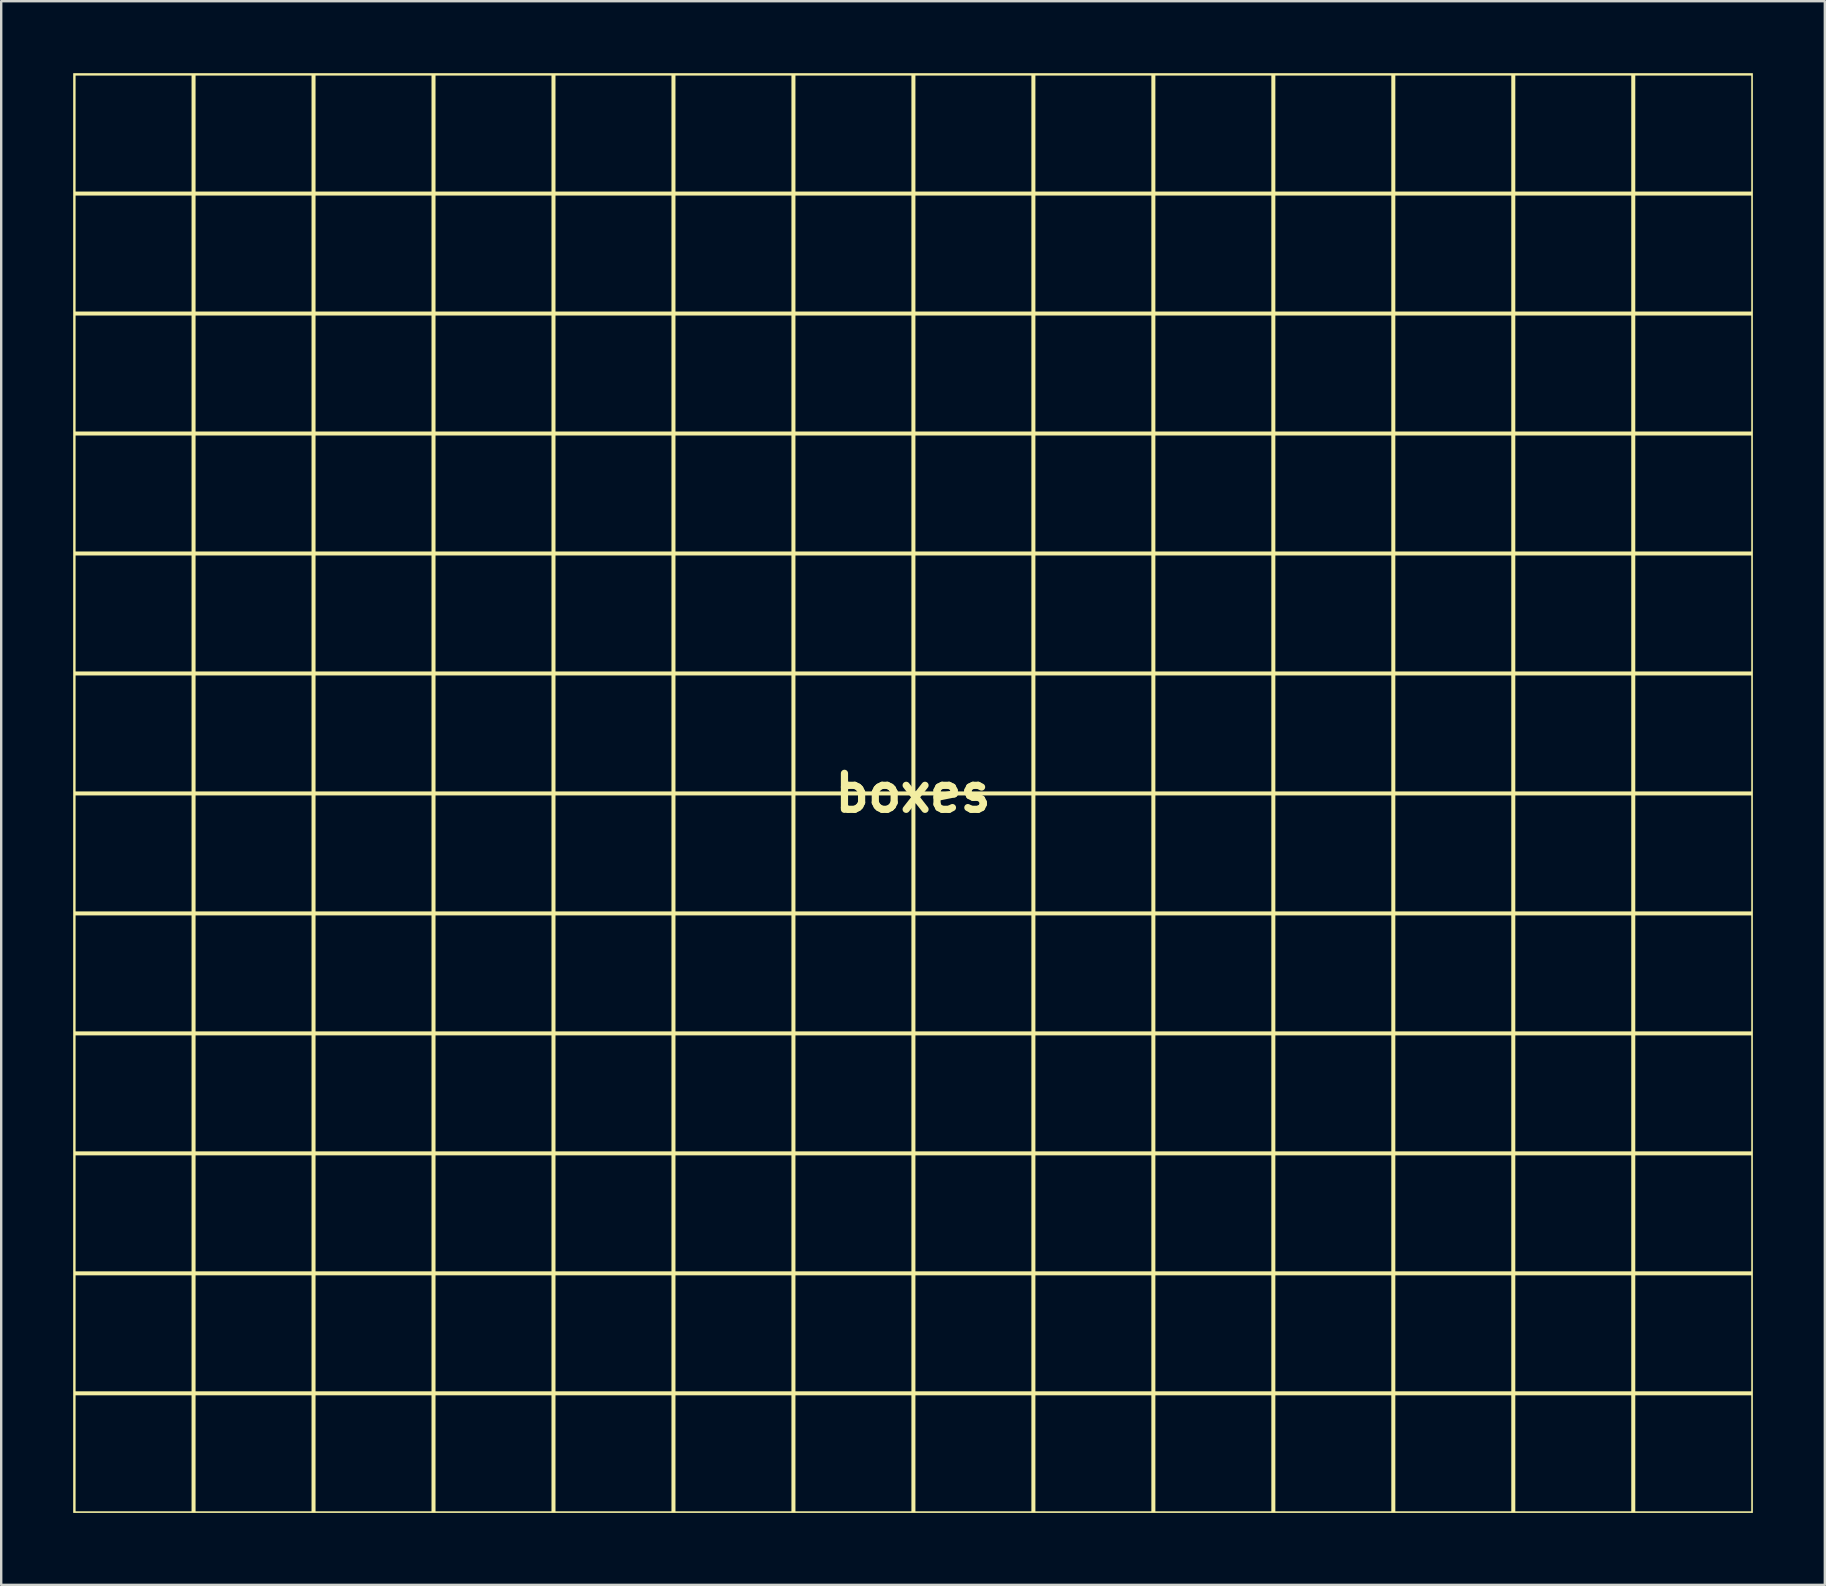
<source format=kicad_pcb>
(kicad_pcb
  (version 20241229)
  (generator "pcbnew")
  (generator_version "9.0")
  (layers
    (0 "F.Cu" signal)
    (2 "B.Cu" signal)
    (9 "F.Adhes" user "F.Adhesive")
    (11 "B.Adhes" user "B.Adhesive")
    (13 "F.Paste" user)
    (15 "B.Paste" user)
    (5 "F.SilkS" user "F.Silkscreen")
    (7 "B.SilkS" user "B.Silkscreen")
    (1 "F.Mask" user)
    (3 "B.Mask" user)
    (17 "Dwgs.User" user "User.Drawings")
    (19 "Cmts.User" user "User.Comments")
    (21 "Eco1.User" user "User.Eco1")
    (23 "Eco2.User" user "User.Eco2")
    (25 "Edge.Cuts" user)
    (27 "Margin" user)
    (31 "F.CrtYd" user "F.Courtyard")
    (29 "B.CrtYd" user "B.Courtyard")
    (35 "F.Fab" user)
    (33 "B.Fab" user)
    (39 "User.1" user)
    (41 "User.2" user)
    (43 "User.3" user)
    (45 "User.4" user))
  (footprint "boxes"
    (layer "F.Cu")
    (at 35 30)
    (property "Reference" "boxes" (at 0 0 0) (layer "F.SilkS") (effects (font (size 1.5 1.5) (thickness 0.3))))
    (attr board_only exclude_from_pos_files exclude_from_bom)
    (fp_poly (pts (xy 35 0) (xy 35 30) (xy 0 30) (xy -35 30) (xy -35 27.517) (xy -34.9 27.517) (xy -34.9 29.933) (xy -32.483 29.933) (xy -30.067 29.933) (xy -30.067 27.517) (xy -29.9 27.517) (xy -29.9 29.933) (xy -27.483 29.933) (xy -25.067 29.933) (xy -25.067 27.517) (xy -24.9 27.517) (xy -24.9 29.933) (xy -22.483 29.933) (xy -20.067 29.933) (xy -20.067 27.517) (xy -19.9 27.517) (xy -19.9 29.933) (xy -17.483 29.933) (xy -15.067 29.933) (xy -15.067 27.517) (xy -14.9 27.517) (xy -14.9 29.933) (xy -12.483 29.933) (xy -10.067 29.933) (xy -10.067 27.517) (xy -9.9 27.517) (xy -9.9 29.933) (xy -7.483 29.933) (xy -5.067 29.933) (xy -5.067 27.517) (xy -4.9 27.517) (xy -4.9 29.933) (xy -2.483 29.933) (xy -0.067 29.933) (xy -0.067 27.517) (xy 0.1 27.517) (xy 0.1 29.933) (xy 2.517 29.933) (xy 4.933 29.933) (xy 4.933 27.517) (xy 5.1 27.517) (xy 5.1 29.933) (xy 7.517 29.933) (xy 9.933 29.933) (xy 9.933 27.517) (xy 10.1 27.517) (xy 10.1 29.933) (xy 12.517 29.933) (xy 14.933 29.933) (xy 14.933 27.517) (xy 15.1 27.517) (xy 15.1 29.933) (xy 17.517 29.933) (xy 19.933 29.933) (xy 19.933 27.517) (xy 20.1 27.517) (xy 20.1 29.933) (xy 22.517 29.933) (xy 24.933 29.933) (xy 24.933 27.517) (xy 25.1 27.517) (xy 25.1 29.933) (xy 27.517 29.933) (xy 29.933 29.933) (xy 29.933 27.517) (xy 30.1 27.517) (xy 30.1 29.933) (xy 32.517 29.933) (xy 34.933 29.933) (xy 34.933 27.517) (xy 34.933 25.1) (xy 32.517 25.1) (xy 30.1 25.1) (xy 30.1 27.517) (xy 29.933 27.517) (xy 29.933 25.1) (xy 27.517 25.1) (xy 25.1 25.1) (xy 25.1 27.517) (xy 24.933 27.517) (xy 24.933 25.1) (xy 22.517 25.1) (xy 20.1 25.1) (xy 20.1 27.517) (xy 19.933 27.517) (xy 19.933 25.1) (xy 17.517 25.1) (xy 15.1 25.1) (xy 15.1 27.517) (xy 14.933 27.517) (xy 14.933 25.1) (xy 12.517 25.1) (xy 10.1 25.1) (xy 10.1 27.517) (xy 9.933 27.517) (xy 9.933 25.1) (xy 7.517 25.1) (xy 5.1 25.1) (xy 5.1 27.517) (xy 4.933 27.517) (xy 4.933 25.1) (xy 2.517 25.1) (xy 0.1 25.1) (xy 0.1 27.517) (xy -0.067 27.517) (xy -0.067 25.1) (xy -2.483 25.1) (xy -4.9 25.1) (xy -4.9 27.517) (xy -5.067 27.517) (xy -5.067 25.1) (xy -7.483 25.1) (xy -9.9 25.1) (xy -9.9 27.517) (xy -10.067 27.517) (xy -10.067 25.1) (xy -12.483 25.1) (xy -14.9 25.1) (xy -14.9 27.517) (xy -15.067 27.517) (xy -15.067 25.1) (xy -17.483 25.1) (xy -19.9 25.1) (xy -19.9 27.517) (xy -20.067 27.517) (xy -20.067 25.1) (xy -22.483 25.1) (xy -24.9 25.1) (xy -24.9 27.517) (xy -25.067 27.517) (xy -25.067 25.1) (xy -27.483 25.1) (xy -29.9 25.1) (xy -29.9 27.517) (xy -30.067 27.517) (xy -30.067 25.1) (xy -32.483 25.1) (xy -34.9 25.1) (xy -34.9 27.517) (xy -35 27.517) (xy -35 22.517) (xy -34.9 22.517) (xy -34.9 24.933) (xy -32.483 24.933) (xy -30.067 24.933) (xy -30.067 22.517) (xy -29.9 22.517) (xy -29.9 24.933) (xy -27.483 24.933) (xy -25.067 24.933) (xy -25.067 22.517) (xy -24.9 22.517) (xy -24.9 24.933) (xy -22.483 24.933) (xy -20.067 24.933) (xy -20.067 22.517) (xy -19.9 22.517) (xy -19.9 24.933) (xy -17.483 24.933) (xy -15.067 24.933) (xy -15.067 22.517) (xy -14.9 22.517) (xy -14.9 24.933) (xy -12.483 24.933) (xy -10.067 24.933) (xy -10.067 22.517) (xy -9.9 22.517) (xy -9.9 24.933) (xy -7.483 24.933) (xy -5.067 24.933) (xy -5.067 22.517) (xy -4.9 22.517) (xy -4.9 24.933) (xy -2.483 24.933) (xy -0.067 24.933) (xy -0.067 22.517) (xy 0.1 22.517) (xy 0.1 24.933) (xy 2.517 24.933) (xy 4.933 24.933) (xy 4.933 22.517) (xy 5.1 22.517) (xy 5.1 24.933) (xy 7.517 24.933) (xy 9.933 24.933) (xy 9.933 22.517) (xy 10.1 22.517) (xy 10.1 24.933) (xy 12.517 24.933) (xy 14.933 24.933) (xy 14.933 22.517) (xy 15.1 22.517) (xy 15.1 24.933) (xy 17.517 24.933) (xy 19.933 24.933) (xy 19.933 22.517) (xy 20.1 22.517) (xy 20.1 24.933) (xy 22.517 24.933) (xy 24.933 24.933) (xy 24.933 22.517) (xy 25.1 22.517) (xy 25.1 24.933) (xy 27.517 24.933) (xy 29.933 24.933) (xy 29.933 22.517) (xy 30.1 22.517) (xy 30.1 24.933) (xy 32.517 24.933) (xy 34.933 24.933) (xy 34.933 22.517) (xy 34.933 20.1) (xy 32.517 20.1) (xy 30.1 20.1) (xy 30.1 22.517) (xy 29.933 22.517) (xy 29.933 20.1) (xy 27.517 20.1) (xy 25.1 20.1) (xy 25.1 22.517) (xy 24.933 22.517) (xy 24.933 20.1) (xy 22.517 20.1) (xy 20.1 20.1) (xy 20.1 22.517) (xy 19.933 22.517) (xy 19.933 20.1) (xy 17.517 20.1) (xy 15.1 20.1) (xy 15.1 22.517) (xy 14.933 22.517) (xy 14.933 20.1) (xy 12.517 20.1) (xy 10.1 20.1) (xy 10.1 22.517) (xy 9.933 22.517) (xy 9.933 20.1) (xy 7.517 20.1) (xy 5.1 20.1) (xy 5.1 22.517) (xy 4.933 22.517) (xy 4.933 20.1) (xy 2.517 20.1) (xy 0.1 20.1) (xy 0.1 22.517) (xy -0.067 22.517) (xy -0.067 20.1) (xy -2.483 20.1) (xy -4.9 20.1) (xy -4.9 22.517) (xy -5.067 22.517) (xy -5.067 20.1) (xy -7.483 20.1) (xy -9.9 20.1) (xy -9.9 22.517) (xy -10.067 22.517) (xy -10.067 20.1) (xy -12.483 20.1) (xy -14.9 20.1) (xy -14.9 22.517) (xy -15.067 22.517) (xy -15.067 20.1) (xy -17.483 20.1) (xy -19.9 20.1) (xy -19.9 22.517) (xy -20.067 22.517) (xy -20.067 20.1) (xy -22.483 20.1) (xy -24.9 20.1) (xy -24.9 22.517) (xy -25.067 22.517) (xy -25.067 20.1) (xy -27.483 20.1) (xy -29.9 20.1) (xy -29.9 22.517) (xy -30.067 22.517) (xy -30.067 20.1) (xy -32.483 20.1) (xy -34.9 20.1) (xy -34.9 22.517) (xy -35 22.517) (xy -35 17.517) (xy -34.9 17.517) (xy -34.9 19.933) (xy -32.483 19.933) (xy -30.067 19.933) (xy -30.067 17.517) (xy -29.9 17.517) (xy -29.9 19.933) (xy -27.483 19.933) (xy -25.067 19.933) (xy -25.067 17.517) (xy -24.9 17.517) (xy -24.9 19.933) (xy -22.483 19.933) (xy -20.067 19.933) (xy -20.067 17.517) (xy -19.9 17.517) (xy -19.9 19.933) (xy -17.483 19.933) (xy -15.067 19.933) (xy -15.067 17.517) (xy -14.9 17.517) (xy -14.9 19.933) (xy -12.483 19.933) (xy -10.067 19.933) (xy -10.067 17.517) (xy -9.9 17.517) (xy -9.9 19.933) (xy -7.483 19.933) (xy -5.067 19.933) (xy -5.067 17.517) (xy -4.9 17.517) (xy -4.9 19.933) (xy -2.483 19.933) (xy -0.067 19.933) (xy -0.067 17.517) (xy 0.1 17.517) (xy 0.1 19.933) (xy 2.517 19.933) (xy 4.933 19.933) (xy 4.933 17.517) (xy 5.1 17.517) (xy 5.1 19.933) (xy 7.517 19.933) (xy 9.933 19.933) (xy 9.933 17.517) (xy 10.1 17.517) (xy 10.1 19.933) (xy 12.517 19.933) (xy 14.933 19.933) (xy 14.933 17.517) (xy 15.1 17.517) (xy 15.1 19.933) (xy 17.517 19.933) (xy 19.933 19.933) (xy 19.933 17.517) (xy 20.1 17.517) (xy 20.1 19.933) (xy 22.517 19.933) (xy 24.933 19.933) (xy 24.933 17.517) (xy 25.1 17.517) (xy 25.1 19.933) (xy 27.517 19.933) (xy 29.933 19.933) (xy 29.933 17.517) (xy 30.1 17.517) (xy 30.1 19.933) (xy 32.517 19.933) (xy 34.933 19.933) (xy 34.933 17.517) (xy 34.933 15.1) (xy 32.517 15.1) (xy 30.1 15.1) (xy 30.1 17.517) (xy 29.933 17.517) (xy 29.933 15.1) (xy 27.517 15.1) (xy 25.1 15.1) (xy 25.1 17.517) (xy 24.933 17.517) (xy 24.933 15.1) (xy 22.517 15.1) (xy 20.1 15.1) (xy 20.1 17.517) (xy 19.933 17.517) (xy 19.933 15.1) (xy 17.517 15.1) (xy 15.1 15.1) (xy 15.1 17.517) (xy 14.933 17.517) (xy 14.933 15.1) (xy 12.517 15.1) (xy 10.1 15.1) (xy 10.1 17.517) (xy 9.933 17.517) (xy 9.933 15.1) (xy 7.517 15.1) (xy 5.1 15.1) (xy 5.1 17.517) (xy 4.933 17.517) (xy 4.933 15.1) (xy 2.517 15.1) (xy 0.1 15.1) (xy 0.1 17.517) (xy -0.067 17.517) (xy -0.067 15.1) (xy -2.483 15.1) (xy -4.9 15.1) (xy -4.9 17.517) (xy -5.067 17.517) (xy -5.067 15.1) (xy -7.483 15.1) (xy -9.9 15.1) (xy -9.9 17.517) (xy -10.067 17.517) (xy -10.067 15.1) (xy -12.483 15.1) (xy -14.9 15.1) (xy -14.9 17.517) (xy -15.067 17.517) (xy -15.067 15.1) (xy -17.483 15.1) (xy -19.9 15.1) (xy -19.9 17.517) (xy -20.067 17.517) (xy -20.067 15.1) (xy -22.483 15.1) (xy -24.9 15.1) (xy -24.9 17.517) (xy -25.067 17.517) (xy -25.067 15.1) (xy -27.483 15.1) (xy -29.9 15.1) (xy -29.9 17.517) (xy -30.067 17.517) (xy -30.067 15.1) (xy -32.483 15.1) (xy -34.9 15.1) (xy -34.9 17.517) (xy -35 17.517) (xy -35 12.517) (xy -34.9 12.517) (xy -34.9 14.933) (xy -32.483 14.933) (xy -30.067 14.933) (xy -30.067 12.517) (xy -29.9 12.517) (xy -29.9 14.933) (xy -27.483 14.933) (xy -25.067 14.933) (xy -25.067 12.517) (xy -24.9 12.517) (xy -24.9 14.933) (xy -22.483 14.933) (xy -20.067 14.933) (xy -20.067 12.517) (xy -19.9 12.517) (xy -19.9 14.933) (xy -17.483 14.933) (xy -15.067 14.933) (xy -15.067 12.517) (xy -14.9 12.517) (xy -14.9 14.933) (xy -12.483 14.933) (xy -10.067 14.933) (xy -10.067 12.517) (xy -9.9 12.517) (xy -9.9 14.933) (xy -7.483 14.933) (xy -5.067 14.933) (xy -5.067 12.517) (xy -4.9 12.517) (xy -4.9 14.933) (xy -2.483 14.933) (xy -0.067 14.933) (xy -0.067 12.517) (xy 0.1 12.517) (xy 0.1 14.933) (xy 2.517 14.933) (xy 4.933 14.933) (xy 4.933 12.517) (xy 5.1 12.517) (xy 5.1 14.933) (xy 7.517 14.933) (xy 9.933 14.933) (xy 9.933 12.517) (xy 10.1 12.517) (xy 10.1 14.933) (xy 12.517 14.933) (xy 14.933 14.933) (xy 14.933 12.517) (xy 15.1 12.517) (xy 15.1 14.933) (xy 17.517 14.933) (xy 19.933 14.933) (xy 19.933 12.517) (xy 20.1 12.517) (xy 20.1 14.933) (xy 22.517 14.933) (xy 24.933 14.933) (xy 24.933 12.517) (xy 25.1 12.517) (xy 25.1 14.933) (xy 27.517 14.933) (xy 29.933 14.933) (xy 29.933 12.517) (xy 30.1 12.517) (xy 30.1 14.933) (xy 32.517 14.933) (xy 34.933 14.933) (xy 34.933 12.517) (xy 34.933 10.1) (xy 32.517 10.1) (xy 30.1 10.1) (xy 30.1 12.517) (xy 29.933 12.517) (xy 29.933 10.1) (xy 27.517 10.1) (xy 25.1 10.1) (xy 25.1 12.517) (xy 24.933 12.517) (xy 24.933 10.1) (xy 22.517 10.1) (xy 20.1 10.1) (xy 20.1 12.517) (xy 19.933 12.517) (xy 19.933 10.1) (xy 17.517 10.1) (xy 15.1 10.1) (xy 15.1 12.517) (xy 14.933 12.517) (xy 14.933 10.1) (xy 12.517 10.1) (xy 10.1 10.1) (xy 10.1 12.517) (xy 9.933 12.517) (xy 9.933 10.1) (xy 7.517 10.1) (xy 5.1 10.1) (xy 5.1 12.517) (xy 4.933 12.517) (xy 4.933 10.1) (xy 2.517 10.1) (xy 0.1 10.1) (xy 0.1 12.517) (xy -0.067 12.517) (xy -0.067 10.1) (xy -2.483 10.1) (xy -4.9 10.1) (xy -4.9 12.517) (xy -5.067 12.517) (xy -5.067 10.1) (xy -7.483 10.1) (xy -9.9 10.1) (xy -9.9 12.517) (xy -10.067 12.517) (xy -10.067 10.1) (xy -12.483 10.1) (xy -14.9 10.1) (xy -14.9 12.517) (xy -15.067 12.517) (xy -15.067 10.1) (xy -17.483 10.1) (xy -19.9 10.1) (xy -19.9 12.517) (xy -20.067 12.517) (xy -20.067 10.1) (xy -22.483 10.1) (xy -24.9 10.1) (xy -24.9 12.517) (xy -25.067 12.517) (xy -25.067 10.1) (xy -27.483 10.1) (xy -29.9 10.1) (xy -29.9 12.517) (xy -30.067 12.517) (xy -30.067 10.1) (xy -32.483 10.1) (xy -34.9 10.1) (xy -34.9 12.517) (xy -35 12.517) (xy -35 7.517) (xy -34.9 7.517) (xy -34.9 9.933) (xy -32.483 9.933) (xy -30.067 9.933) (xy -30.067 7.517) (xy -29.9 7.517) (xy -29.9 9.933) (xy -27.483 9.933) (xy -25.067 9.933) (xy -25.067 7.517) (xy -24.9 7.517) (xy -24.9 9.933) (xy -22.483 9.933) (xy -20.067 9.933) (xy -20.067 7.517) (xy -19.9 7.517) (xy -19.9 9.933) (xy -17.483 9.933) (xy -15.067 9.933) (xy -15.067 7.517) (xy -14.9 7.517) (xy -14.9 9.933) (xy -12.483 9.933) (xy -10.067 9.933) (xy -10.067 7.517) (xy -9.9 7.517) (xy -9.9 9.933) (xy -7.483 9.933) (xy -5.067 9.933) (xy -5.067 7.517) (xy -4.9 7.517) (xy -4.9 9.933) (xy -2.483 9.933) (xy -0.067 9.933) (xy -0.067 7.517) (xy 0.1 7.517) (xy 0.1 9.933) (xy 2.517 9.933) (xy 4.933 9.933) (xy 4.933 7.517) (xy 5.1 7.517) (xy 5.1 9.933) (xy 7.517 9.933) (xy 9.933 9.933) (xy 9.933 7.517) (xy 10.1 7.517) (xy 10.1 9.933) (xy 12.517 9.933) (xy 14.933 9.933) (xy 14.933 7.517) (xy 15.1 7.517) (xy 15.1 9.933) (xy 17.517 9.933) (xy 19.933 9.933) (xy 19.933 7.517) (xy 20.1 7.517) (xy 20.1 9.933) (xy 22.517 9.933) (xy 24.933 9.933) (xy 24.933 7.517) (xy 25.1 7.517) (xy 25.1 9.933) (xy 27.517 9.933) (xy 29.933 9.933) (xy 29.933 7.517) (xy 30.1 7.517) (xy 30.1 9.933) (xy 32.517 9.933) (xy 34.933 9.933) (xy 34.933 7.517) (xy 34.933 5.1) (xy 32.517 5.1) (xy 30.1 5.1) (xy 30.1 7.517) (xy 29.933 7.517) (xy 29.933 5.1) (xy 27.517 5.1) (xy 25.1 5.1) (xy 25.1 7.517) (xy 24.933 7.517) (xy 24.933 5.1) (xy 22.517 5.1) (xy 20.1 5.1) (xy 20.1 7.517) (xy 19.933 7.517) (xy 19.933 5.1) (xy 17.517 5.1) (xy 15.1 5.1) (xy 15.1 7.517) (xy 14.933 7.517) (xy 14.933 5.1) (xy 12.517 5.1) (xy 10.1 5.1) (xy 10.1 7.517) (xy 9.933 7.517) (xy 9.933 5.1) (xy 7.517 5.1) (xy 5.1 5.1) (xy 5.1 7.517) (xy 4.933 7.517) (xy 4.933 5.1) (xy 2.517 5.1) (xy 0.1 5.1) (xy 0.1 7.517) (xy -0.067 7.517) (xy -0.067 5.1) (xy -2.483 5.1) (xy -4.9 5.1) (xy -4.9 7.517) (xy -5.067 7.517) (xy -5.067 5.1) (xy -7.483 5.1) (xy -9.9 5.1) (xy -9.9 7.517) (xy -10.067 7.517) (xy -10.067 5.1) (xy -12.483 5.1) (xy -14.9 5.1) (xy -14.9 7.517) (xy -15.067 7.517) (xy -15.067 5.1) (xy -17.483 5.1) (xy -19.9 5.1) (xy -19.9 7.517) (xy -20.067 7.517) (xy -20.067 5.1) (xy -22.483 5.1) (xy -24.9 5.1) (xy -24.9 7.517) (xy -25.067 7.517) (xy -25.067 5.1) (xy -27.483 5.1) (xy -29.9 5.1) (xy -29.9 7.517) (xy -30.067 7.517) (xy -30.067 5.1) (xy -32.483 5.1) (xy -34.9 5.1) (xy -34.9 7.517) (xy -35 7.517) (xy -35 2.517) (xy -34.9 2.517) (xy -34.9 4.933) (xy -32.483 4.933) (xy -30.067 4.933) (xy -30.067 2.517) (xy -29.9 2.517) (xy -29.9 4.933) (xy -27.483 4.933) (xy -25.067 4.933) (xy -25.067 2.517) (xy -24.9 2.517) (xy -24.9 4.933) (xy -22.483 4.933) (xy -20.067 4.933) (xy -20.067 2.517) (xy -19.9 2.517) (xy -19.9 4.933) (xy -17.483 4.933) (xy -15.067 4.933) (xy -15.067 2.517) (xy -14.9 2.517) (xy -14.9 4.933) (xy -12.483 4.933) (xy -10.067 4.933) (xy -10.067 2.517) (xy -9.9 2.517) (xy -9.9 4.933) (xy -7.483 4.933) (xy -5.067 4.933) (xy -5.067 2.517) (xy -4.9 2.517) (xy -4.9 4.933) (xy -2.483 4.933) (xy -0.067 4.933) (xy -0.067 2.517) (xy 0.1 2.517) (xy 0.1 4.933) (xy 2.517 4.933) (xy 4.933 4.933) (xy 4.933 2.517) (xy 5.1 2.517) (xy 5.1 4.933) (xy 7.517 4.933) (xy 9.933 4.933) (xy 9.933 2.517) (xy 10.1 2.517) (xy 10.1 4.933) (xy 12.517 4.933) (xy 14.933 4.933) (xy 14.933 2.517) (xy 15.1 2.517) (xy 15.1 4.933) (xy 17.517 4.933) (xy 19.933 4.933) (xy 19.933 2.517) (xy 20.1 2.517) (xy 20.1 4.933) (xy 22.517 4.933) (xy 24.933 4.933) (xy 24.933 2.517) (xy 25.1 2.517) (xy 25.1 4.933) (xy 27.517 4.933) (xy 29.933 4.933) (xy 29.933 2.517) (xy 30.1 2.517) (xy 30.1 4.933) (xy 32.517 4.933) (xy 34.933 4.933) (xy 34.933 2.517) (xy 34.933 0.1) (xy 32.517 0.1) (xy 30.1 0.1) (xy 30.1 2.517) (xy 29.933 2.517) (xy 29.933 0.1) (xy 27.517 0.1) (xy 25.1 0.1) (xy 25.1 2.517) (xy 24.933 2.517) (xy 24.933 0.1) (xy 22.517 0.1) (xy 20.1 0.1) (xy 20.1 2.517) (xy 19.933 2.517) (xy 19.933 0.1) (xy 17.517 0.1) (xy 15.1 0.1) (xy 15.1 2.517) (xy 14.933 2.517) (xy 14.933 0.1) (xy 12.517 0.1) (xy 10.1 0.1) (xy 10.1 2.517) (xy 9.933 2.517) (xy 9.933 0.1) (xy 7.517 0.1) (xy 5.1 0.1) (xy 5.1 2.517) (xy 4.933 2.517) (xy 4.933 0.1) (xy 2.517 0.1) (xy 0.1 0.1) (xy 0.1 2.517) (xy -0.067 2.517) (xy -0.067 0.1) (xy -2.483 0.1) (xy -4.9 0.1) (xy -4.9 2.517) (xy -5.067 2.517) (xy -5.067 0.1) (xy -7.483 0.1) (xy -9.9 0.1) (xy -9.9 2.517) (xy -10.067 2.517) (xy -10.067 0.1) (xy -12.483 0.1) (xy -14.9 0.1) (xy -14.9 2.517) (xy -15.067 2.517) (xy -15.067 0.1) (xy -17.483 0.1) (xy -19.9 0.1) (xy -19.9 2.517) (xy -20.067 2.517) (xy -20.067 0.1) (xy -22.483 0.1) (xy -24.9 0.1) (xy -24.9 2.517) (xy -25.067 2.517) (xy -25.067 0.1) (xy -27.483 0.1) (xy -29.9 0.1) (xy -29.9 2.517) (xy -30.067 2.517) (xy -30.067 0.1) (xy -32.483 0.1) (xy -34.9 0.1) (xy -34.9 2.517) (xy -35 2.517) (xy -35 0) (xy -35 -2.483) (xy -34.9 -2.483) (xy -34.9 -0.067) (xy -32.483 -0.067) (xy -30.067 -0.067) (xy -30.067 -2.483) (xy -29.9 -2.483) (xy -29.9 -0.067) (xy -27.483 -0.067) (xy -25.067 -0.067) (xy -25.067 -2.483) (xy -24.9 -2.483) (xy -24.9 -0.067) (xy -22.483 -0.067) (xy -20.067 -0.067) (xy -20.067 -2.483) (xy -19.9 -2.483) (xy -19.9 -0.067) (xy -17.483 -0.067) (xy -15.067 -0.067) (xy -15.067 -2.483) (xy -14.9 -2.483) (xy -14.9 -0.067) (xy -12.483 -0.067) (xy -10.067 -0.067) (xy -10.067 -2.483) (xy -9.9 -2.483) (xy -9.9 -0.067) (xy -7.483 -0.067) (xy -5.067 -0.067) (xy -5.067 -2.483) (xy -4.9 -2.483) (xy -4.9 -0.067) (xy -2.483 -0.067) (xy -0.067 -0.067) (xy -0.067 -2.483) (xy 0.1 -2.483) (xy 0.1 -0.067) (xy 2.517 -0.067) (xy 4.933 -0.067) (xy 4.933 -2.483) (xy 5.1 -2.483) (xy 5.1 -0.067) (xy 7.517 -0.067) (xy 9.933 -0.067) (xy 9.933 -2.483) (xy 10.1 -2.483) (xy 10.1 -0.067) (xy 12.517 -0.067) (xy 14.933 -0.067) (xy 14.933 -2.483) (xy 15.1 -2.483) (xy 15.1 -0.067) (xy 17.517 -0.067) (xy 19.933 -0.067) (xy 19.933 -2.483) (xy 20.1 -2.483) (xy 20.1 -0.067) (xy 22.517 -0.067) (xy 24.933 -0.067) (xy 24.933 -2.483) (xy 25.1 -2.483) (xy 25.1 -0.067) (xy 27.517 -0.067) (xy 29.933 -0.067) (xy 29.933 -2.483) (xy 30.1 -2.483) (xy 30.1 -0.067) (xy 32.517 -0.067) (xy 34.933 -0.067) (xy 34.933 -2.483) (xy 34.933 -4.9) (xy 32.517 -4.9) (xy 30.1 -4.9) (xy 30.1 -2.483) (xy 29.933 -2.483) (xy 29.933 -4.9) (xy 27.517 -4.9) (xy 25.1 -4.9) (xy 25.1 -2.483) (xy 24.933 -2.483) (xy 24.933 -4.9) (xy 22.517 -4.9) (xy 20.1 -4.9) (xy 20.1 -2.483) (xy 19.933 -2.483) (xy 19.933 -4.9) (xy 17.517 -4.9) (xy 15.1 -4.9) (xy 15.1 -2.483) (xy 14.933 -2.483) (xy 14.933 -4.9) (xy 12.517 -4.9) (xy 10.1 -4.9) (xy 10.1 -2.483) (xy 9.933 -2.483) (xy 9.933 -4.9) (xy 7.517 -4.9) (xy 5.1 -4.9) (xy 5.1 -2.483) (xy 4.933 -2.483) (xy 4.933 -4.9) (xy 2.517 -4.9) (xy 0.1 -4.9) (xy 0.1 -2.483) (xy -0.067 -2.483) (xy -0.067 -4.9) (xy -2.483 -4.9) (xy -4.9 -4.9) (xy -4.9 -2.483) (xy -5.067 -2.483) (xy -5.067 -4.9) (xy -7.483 -4.9) (xy -9.9 -4.9) (xy -9.9 -2.483) (xy -10.067 -2.483) (xy -10.067 -4.9) (xy -12.483 -4.9) (xy -14.9 -4.9) (xy -14.9 -2.483) (xy -15.067 -2.483) (xy -15.067 -4.9) (xy -17.483 -4.9) (xy -19.9 -4.9) (xy -19.9 -2.483) (xy -20.067 -2.483) (xy -20.067 -4.9) (xy -22.483 -4.9) (xy -24.9 -4.9) (xy -24.9 -2.483) (xy -25.067 -2.483) (xy -25.067 -4.9) (xy -27.483 -4.9) (xy -29.9 -4.9) (xy -29.9 -2.483) (xy -30.067 -2.483) (xy -30.067 -4.9) (xy -32.483 -4.9) (xy -34.9 -4.9) (xy -34.9 -2.483) (xy -35 -2.483) (xy -35 -7.483) (xy -34.9 -7.483) (xy -34.9 -5.067) (xy -32.483 -5.067) (xy -30.067 -5.067) (xy -30.067 -7.483) (xy -29.9 -7.483) (xy -29.9 -5.067) (xy -27.483 -5.067) (xy -25.067 -5.067) (xy -25.067 -7.483) (xy -24.9 -7.483) (xy -24.9 -5.067) (xy -22.483 -5.067) (xy -20.067 -5.067) (xy -20.067 -7.483) (xy -19.9 -7.483) (xy -19.9 -5.067) (xy -17.483 -5.067) (xy -15.067 -5.067) (xy -15.067 -7.483) (xy -14.9 -7.483) (xy -14.9 -5.067) (xy -12.483 -5.067) (xy -10.067 -5.067) (xy -10.067 -7.483) (xy -9.9 -7.483) (xy -9.9 -5.067) (xy -7.483 -5.067) (xy -5.067 -5.067) (xy -5.067 -7.483) (xy -4.9 -7.483) (xy -4.9 -5.067) (xy -2.483 -5.067) (xy -0.067 -5.067) (xy -0.067 -7.483) (xy 0.1 -7.483) (xy 0.1 -5.067) (xy 2.517 -5.067) (xy 4.933 -5.067) (xy 4.933 -7.483) (xy 5.1 -7.483) (xy 5.1 -5.067) (xy 7.517 -5.067) (xy 9.933 -5.067) (xy 9.933 -7.483) (xy 10.1 -7.483) (xy 10.1 -5.067) (xy 12.517 -5.067) (xy 14.933 -5.067) (xy 14.933 -7.483) (xy 15.1 -7.483) (xy 15.1 -5.067) (xy 17.517 -5.067) (xy 19.933 -5.067) (xy 19.933 -7.483) (xy 20.1 -7.483) (xy 20.1 -5.067) (xy 22.517 -5.067) (xy 24.933 -5.067) (xy 24.933 -7.483) (xy 25.1 -7.483) (xy 25.1 -5.067) (xy 27.517 -5.067) (xy 29.933 -5.067) (xy 29.933 -7.483) (xy 30.1 -7.483) (xy 30.1 -5.067) (xy 32.517 -5.067) (xy 34.933 -5.067) (xy 34.933 -7.483) (xy 34.933 -9.9) (xy 32.517 -9.9) (xy 30.1 -9.9) (xy 30.1 -7.483) (xy 29.933 -7.483) (xy 29.933 -9.9) (xy 27.517 -9.9) (xy 25.1 -9.9) (xy 25.1 -7.483) (xy 24.933 -7.483) (xy 24.933 -9.9) (xy 22.517 -9.9) (xy 20.1 -9.9) (xy 20.1 -7.483) (xy 19.933 -7.483) (xy 19.933 -9.9) (xy 17.517 -9.9) (xy 15.1 -9.9) (xy 15.1 -7.483) (xy 14.933 -7.483) (xy 14.933 -9.9) (xy 12.517 -9.9) (xy 10.1 -9.9) (xy 10.1 -7.483) (xy 9.933 -7.483) (xy 9.933 -9.9) (xy 7.517 -9.9) (xy 5.1 -9.9) (xy 5.1 -7.483) (xy 4.933 -7.483) (xy 4.933 -9.9) (xy 2.517 -9.9) (xy 0.1 -9.9) (xy 0.1 -7.483) (xy -0.067 -7.483) (xy -0.067 -9.9) (xy -2.483 -9.9) (xy -4.9 -9.9) (xy -4.9 -7.483) (xy -5.067 -7.483) (xy -5.067 -9.9) (xy -7.483 -9.9) (xy -9.9 -9.9) (xy -9.9 -7.483) (xy -10.067 -7.483) (xy -10.067 -9.9) (xy -12.483 -9.9) (xy -14.9 -9.9) (xy -14.9 -7.483) (xy -15.067 -7.483) (xy -15.067 -9.9) (xy -17.483 -9.9) (xy -19.9 -9.9) (xy -19.9 -7.483) (xy -20.067 -7.483) (xy -20.067 -9.9) (xy -22.483 -9.9) (xy -24.9 -9.9) (xy -24.9 -7.483) (xy -25.067 -7.483) (xy -25.067 -9.9) (xy -27.483 -9.9) (xy -29.9 -9.9) (xy -29.9 -7.483) (xy -30.067 -7.483) (xy -30.067 -9.9) (xy -32.483 -9.9) (xy -34.9 -9.9) (xy -34.9 -7.483) (xy -35 -7.483) (xy -35 -12.483) (xy -34.9 -12.483) (xy -34.9 -10.067) (xy -32.483 -10.067) (xy -30.067 -10.067) (xy -30.067 -12.483) (xy -29.9 -12.483) (xy -29.9 -10.067) (xy -27.483 -10.067) (xy -25.067 -10.067) (xy -25.067 -12.483) (xy -24.9 -12.483) (xy -24.9 -10.067) (xy -22.483 -10.067) (xy -20.067 -10.067) (xy -20.067 -12.483) (xy -19.9 -12.483) (xy -19.9 -10.067) (xy -17.483 -10.067) (xy -15.067 -10.067) (xy -15.067 -12.483) (xy -14.9 -12.483) (xy -14.9 -10.067) (xy -12.483 -10.067) (xy -10.067 -10.067) (xy -10.067 -12.483) (xy -9.9 -12.483) (xy -9.9 -10.067) (xy -7.483 -10.067) (xy -5.067 -10.067) (xy -5.067 -12.483) (xy -4.9 -12.483) (xy -4.9 -10.067) (xy -2.483 -10.067) (xy -0.067 -10.067) (xy -0.067 -12.483) (xy 0.1 -12.483) (xy 0.1 -10.067) (xy 2.517 -10.067) (xy 4.933 -10.067) (xy 4.933 -12.483) (xy 5.1 -12.483) (xy 5.1 -10.067) (xy 7.517 -10.067) (xy 9.933 -10.067) (xy 9.933 -12.483) (xy 10.1 -12.483) (xy 10.1 -10.067) (xy 12.517 -10.067) (xy 14.933 -10.067) (xy 14.933 -12.483) (xy 15.1 -12.483) (xy 15.1 -10.067) (xy 17.517 -10.067) (xy 19.933 -10.067) (xy 19.933 -12.483) (xy 20.1 -12.483) (xy 20.1 -10.067) (xy 22.517 -10.067) (xy 24.933 -10.067) (xy 24.933 -12.483) (xy 25.1 -12.483) (xy 25.1 -10.067) (xy 27.517 -10.067) (xy 29.933 -10.067) (xy 29.933 -12.483) (xy 30.1 -12.483) (xy 30.1 -10.067) (xy 32.517 -10.067) (xy 34.933 -10.067) (xy 34.933 -12.483) (xy 34.933 -14.9) (xy 32.517 -14.9) (xy 30.1 -14.9) (xy 30.1 -12.483) (xy 29.933 -12.483) (xy 29.933 -14.9) (xy 27.517 -14.9) (xy 25.1 -14.9) (xy 25.1 -12.483) (xy 24.933 -12.483) (xy 24.933 -14.9) (xy 22.517 -14.9) (xy 20.1 -14.9) (xy 20.1 -12.483) (xy 19.933 -12.483) (xy 19.933 -14.9) (xy 17.517 -14.9) (xy 15.1 -14.9) (xy 15.1 -12.483) (xy 14.933 -12.483) (xy 14.933 -14.9) (xy 12.517 -14.9) (xy 10.1 -14.9) (xy 10.1 -12.483) (xy 9.933 -12.483) (xy 9.933 -14.9) (xy 7.517 -14.9) (xy 5.1 -14.9) (xy 5.1 -12.483) (xy 4.933 -12.483) (xy 4.933 -14.9) (xy 2.517 -14.9) (xy 0.1 -14.9) (xy 0.1 -12.483) (xy -0.067 -12.483) (xy -0.067 -14.9) (xy -2.483 -14.9) (xy -4.9 -14.9) (xy -4.9 -12.483) (xy -5.067 -12.483) (xy -5.067 -14.9) (xy -7.483 -14.9) (xy -9.9 -14.9) (xy -9.9 -12.483) (xy -10.067 -12.483) (xy -10.067 -14.9) (xy -12.483 -14.9) (xy -14.9 -14.9) (xy -14.9 -12.483) (xy -15.067 -12.483) (xy -15.067 -14.9) (xy -17.483 -14.9) (xy -19.9 -14.9) (xy -19.9 -12.483) (xy -20.067 -12.483) (xy -20.067 -14.9) (xy -22.483 -14.9) (xy -24.9 -14.9) (xy -24.9 -12.483) (xy -25.067 -12.483) (xy -25.067 -14.9) (xy -27.483 -14.9) (xy -29.9 -14.9) (xy -29.9 -12.483) (xy -30.067 -12.483) (xy -30.067 -14.9) (xy -32.483 -14.9) (xy -34.9 -14.9) (xy -34.9 -12.483) (xy -35 -12.483) (xy -35 -17.483) (xy -34.9 -17.483) (xy -34.9 -15.067) (xy -32.483 -15.067) (xy -30.067 -15.067) (xy -30.067 -17.483) (xy -29.9 -17.483) (xy -29.9 -15.067) (xy -27.483 -15.067) (xy -25.067 -15.067) (xy -25.067 -17.483) (xy -24.9 -17.483) (xy -24.9 -15.067) (xy -22.483 -15.067) (xy -20.067 -15.067) (xy -20.067 -17.483) (xy -19.9 -17.483) (xy -19.9 -15.067) (xy -17.483 -15.067) (xy -15.067 -15.067) (xy -15.067 -17.483) (xy -14.9 -17.483) (xy -14.9 -15.067) (xy -12.483 -15.067) (xy -10.067 -15.067) (xy -10.067 -17.483) (xy -9.9 -17.483) (xy -9.9 -15.067) (xy -7.483 -15.067) (xy -5.067 -15.067) (xy -5.067 -17.483) (xy -4.9 -17.483) (xy -4.9 -15.067) (xy -2.483 -15.067) (xy -0.067 -15.067) (xy -0.067 -17.483) (xy 0.1 -17.483) (xy 0.1 -15.067) (xy 2.517 -15.067) (xy 4.933 -15.067) (xy 4.933 -17.483) (xy 5.1 -17.483) (xy 5.1 -15.067) (xy 7.517 -15.067) (xy 9.933 -15.067) (xy 9.933 -17.483) (xy 10.1 -17.483) (xy 10.1 -15.067) (xy 12.517 -15.067) (xy 14.933 -15.067) (xy 14.933 -17.483) (xy 15.1 -17.483) (xy 15.1 -15.067) (xy 17.517 -15.067) (xy 19.933 -15.067) (xy 19.933 -17.483) (xy 20.1 -17.483) (xy 20.1 -15.067) (xy 22.517 -15.067) (xy 24.933 -15.067) (xy 24.933 -17.483) (xy 25.1 -17.483) (xy 25.1 -15.067) (xy 27.517 -15.067) (xy 29.933 -15.067) (xy 29.933 -17.483) (xy 30.1 -17.483) (xy 30.1 -15.067) (xy 32.517 -15.067) (xy 34.933 -15.067) (xy 34.933 -17.483) (xy 34.933 -19.9) (xy 32.517 -19.9) (xy 30.1 -19.9) (xy 30.1 -17.483) (xy 29.933 -17.483) (xy 29.933 -19.9) (xy 27.517 -19.9) (xy 25.1 -19.9) (xy 25.1 -17.483) (xy 24.933 -17.483) (xy 24.933 -19.9) (xy 22.517 -19.9) (xy 20.1 -19.9) (xy 20.1 -17.483) (xy 19.933 -17.483) (xy 19.933 -19.9) (xy 17.517 -19.9) (xy 15.1 -19.9) (xy 15.1 -17.483) (xy 14.933 -17.483) (xy 14.933 -19.9) (xy 12.517 -19.9) (xy 10.1 -19.9) (xy 10.1 -17.483) (xy 9.933 -17.483) (xy 9.933 -19.9) (xy 7.517 -19.9) (xy 5.1 -19.9) (xy 5.1 -17.483) (xy 4.933 -17.483) (xy 4.933 -19.9) (xy 2.517 -19.9) (xy 0.1 -19.9) (xy 0.1 -17.483) (xy -0.067 -17.483) (xy -0.067 -19.9) (xy -2.483 -19.9) (xy -4.9 -19.9) (xy -4.9 -17.483) (xy -5.067 -17.483) (xy -5.067 -19.9) (xy -7.483 -19.9) (xy -9.9 -19.9) (xy -9.9 -17.483) (xy -10.067 -17.483) (xy -10.067 -19.9) (xy -12.483 -19.9) (xy -14.9 -19.9) (xy -14.9 -17.483) (xy -15.067 -17.483) (xy -15.067 -19.9) (xy -17.483 -19.9) (xy -19.9 -19.9) (xy -19.9 -17.483) (xy -20.067 -17.483) (xy -20.067 -19.9) (xy -22.483 -19.9) (xy -24.9 -19.9) (xy -24.9 -17.483) (xy -25.067 -17.483) (xy -25.067 -19.9) (xy -27.483 -19.9) (xy -29.9 -19.9) (xy -29.9 -17.483) (xy -30.067 -17.483) (xy -30.067 -19.9) (xy -32.483 -19.9) (xy -34.9 -19.9) (xy -34.9 -17.483) (xy -35 -17.483) (xy -35 -22.483) (xy -34.9 -22.483) (xy -34.9 -20.067) (xy -32.483 -20.067) (xy -30.067 -20.067) (xy -30.067 -22.483) (xy -29.9 -22.483) (xy -29.9 -20.067) (xy -27.483 -20.067) (xy -25.067 -20.067) (xy -25.067 -22.483) (xy -24.9 -22.483) (xy -24.9 -20.067) (xy -22.483 -20.067) (xy -20.067 -20.067) (xy -20.067 -22.483) (xy -19.9 -22.483) (xy -19.9 -20.067) (xy -17.483 -20.067) (xy -15.067 -20.067) (xy -15.067 -22.483) (xy -14.9 -22.483) (xy -14.9 -20.067) (xy -12.483 -20.067) (xy -10.067 -20.067) (xy -10.067 -22.483) (xy -9.9 -22.483) (xy -9.9 -20.067) (xy -7.483 -20.067) (xy -5.067 -20.067) (xy -5.067 -22.483) (xy -4.9 -22.483) (xy -4.9 -20.067) (xy -2.483 -20.067) (xy -0.067 -20.067) (xy -0.067 -22.483) (xy 0.1 -22.483) (xy 0.1 -20.067) (xy 2.517 -20.067) (xy 4.933 -20.067) (xy 4.933 -22.483) (xy 5.1 -22.483) (xy 5.1 -20.067) (xy 7.517 -20.067) (xy 9.933 -20.067) (xy 9.933 -22.483) (xy 10.1 -22.483) (xy 10.1 -20.067) (xy 12.517 -20.067) (xy 14.933 -20.067) (xy 14.933 -22.483) (xy 15.1 -22.483) (xy 15.1 -20.067) (xy 17.517 -20.067) (xy 19.933 -20.067) (xy 19.933 -22.483) (xy 20.1 -22.483) (xy 20.1 -20.067) (xy 22.517 -20.067) (xy 24.933 -20.067) (xy 24.933 -22.483) (xy 25.1 -22.483) (xy 25.1 -20.067) (xy 27.517 -20.067) (xy 29.933 -20.067) (xy 29.933 -22.483) (xy 30.1 -22.483) (xy 30.1 -20.067) (xy 32.517 -20.067) (xy 34.933 -20.067) (xy 34.933 -22.483) (xy 34.933 -24.9) (xy 32.517 -24.9) (xy 30.1 -24.9) (xy 30.1 -22.483) (xy 29.933 -22.483) (xy 29.933 -24.9) (xy 27.517 -24.9) (xy 25.1 -24.9) (xy 25.1 -22.483) (xy 24.933 -22.483) (xy 24.933 -24.9) (xy 22.517 -24.9) (xy 20.1 -24.9) (xy 20.1 -22.483) (xy 19.933 -22.483) (xy 19.933 -24.9) (xy 17.517 -24.9) (xy 15.1 -24.9) (xy 15.1 -22.483) (xy 14.933 -22.483) (xy 14.933 -24.9) (xy 12.517 -24.9) (xy 10.1 -24.9) (xy 10.1 -22.483) (xy 9.933 -22.483) (xy 9.933 -24.9) (xy 7.517 -24.9) (xy 5.1 -24.9) (xy 5.1 -22.483) (xy 4.933 -22.483) (xy 4.933 -24.9) (xy 2.517 -24.9) (xy 0.1 -24.9) (xy 0.1 -22.483) (xy -0.067 -22.483) (xy -0.067 -24.9) (xy -2.483 -24.9) (xy -4.9 -24.9) (xy -4.9 -22.483) (xy -5.067 -22.483) (xy -5.067 -24.9) (xy -7.483 -24.9) (xy -9.9 -24.9) (xy -9.9 -22.483) (xy -10.067 -22.483) (xy -10.067 -24.9) (xy -12.483 -24.9) (xy -14.9 -24.9) (xy -14.9 -22.483) (xy -15.067 -22.483) (xy -15.067 -24.9) (xy -17.483 -24.9) (xy -19.9 -24.9) (xy -19.9 -22.483) (xy -20.067 -22.483) (xy -20.067 -24.9) (xy -22.483 -24.9) (xy -24.9 -24.9) (xy -24.9 -22.483) (xy -25.067 -22.483) (xy -25.067 -24.9) (xy -27.483 -24.9) (xy -29.9 -24.9) (xy -29.9 -22.483) (xy -30.067 -22.483) (xy -30.067 -24.9) (xy -32.483 -24.9) (xy -34.9 -24.9) (xy -34.9 -22.483) (xy -35 -22.483) (xy -35 -27.483) (xy -34.9 -27.483) (xy -34.9 -25.067) (xy -32.483 -25.067) (xy -30.067 -25.067) (xy -30.067 -27.483) (xy -29.9 -27.483) (xy -29.9 -25.067) (xy -27.483 -25.067) (xy -25.067 -25.067) (xy -25.067 -27.483) (xy -24.9 -27.483) (xy -24.9 -25.067) (xy -22.483 -25.067) (xy -20.067 -25.067) (xy -20.067 -27.483) (xy -19.9 -27.483) (xy -19.9 -25.067) (xy -17.483 -25.067) (xy -15.067 -25.067) (xy -15.067 -27.483) (xy -14.9 -27.483) (xy -14.9 -25.067) (xy -12.483 -25.067) (xy -10.067 -25.067) (xy -10.067 -27.483) (xy -9.9 -27.483) (xy -9.9 -25.067) (xy -7.483 -25.067) (xy -5.067 -25.067) (xy -5.067 -27.483) (xy -4.9 -27.483) (xy -4.9 -25.067) (xy -2.483 -25.067) (xy -0.067 -25.067) (xy -0.067 -27.483) (xy 0.1 -27.483) (xy 0.1 -25.067) (xy 2.517 -25.067) (xy 4.933 -25.067) (xy 4.933 -27.483) (xy 5.1 -27.483) (xy 5.1 -25.067) (xy 7.517 -25.067) (xy 9.933 -25.067) (xy 9.933 -27.483) (xy 10.1 -27.483) (xy 10.1 -25.067) (xy 12.517 -25.067) (xy 14.933 -25.067) (xy 14.933 -27.483) (xy 15.1 -27.483) (xy 15.1 -25.067) (xy 17.517 -25.067) (xy 19.933 -25.067) (xy 19.933 -27.483) (xy 20.1 -27.483) (xy 20.1 -25.067) (xy 22.517 -25.067) (xy 24.933 -25.067) (xy 24.933 -27.483) (xy 25.1 -27.483) (xy 25.1 -25.067) (xy 27.517 -25.067) (xy 29.933 -25.067) (xy 29.933 -27.483) (xy 30.1 -27.483) (xy 30.1 -25.067) (xy 32.517 -25.067) (xy 34.933 -25.067) (xy 34.933 -27.483) (xy 34.933 -29.9) (xy 32.517 -29.9) (xy 30.1 -29.9) (xy 30.1 -27.483) (xy 29.933 -27.483) (xy 29.933 -29.9) (xy 27.517 -29.9) (xy 25.1 -29.9) (xy 25.1 -27.483) (xy 24.933 -27.483) (xy 24.933 -29.9) (xy 22.517 -29.9) (xy 20.1 -29.9) (xy 20.1 -27.483) (xy 19.933 -27.483) (xy 19.933 -29.9) (xy 17.517 -29.9) (xy 15.1 -29.9) (xy 15.1 -27.483) (xy 14.933 -27.483) (xy 14.933 -29.9) (xy 12.517 -29.9) (xy 10.1 -29.9) (xy 10.1 -27.483) (xy 9.933 -27.483) (xy 9.933 -29.9) (xy 7.517 -29.9) (xy 5.1 -29.9) (xy 5.1 -27.483) (xy 4.933 -27.483) (xy 4.933 -29.9) (xy 2.517 -29.9) (xy 0.1 -29.9) (xy 0.1 -27.483) (xy -0.067 -27.483) (xy -0.067 -29.9) (xy -2.483 -29.9) (xy -4.9 -29.9) (xy -4.9 -27.483) (xy -5.067 -27.483) (xy -5.067 -29.9) (xy -7.483 -29.9) (xy -9.9 -29.9) (xy -9.9 -27.483) (xy -10.067 -27.483) (xy -10.067 -29.9) (xy -12.483 -29.9) (xy -14.9 -29.9) (xy -14.9 -27.483) (xy -15.067 -27.483) (xy -15.067 -29.9) (xy -17.483 -29.9) (xy -19.9 -29.9) (xy -19.9 -27.483) (xy -20.067 -27.483) (xy -20.067 -29.9) (xy -22.483 -29.9) (xy -24.9 -29.9) (xy -24.9 -27.483) (xy -25.067 -27.483) (xy -25.067 -29.9) (xy -27.483 -29.9) (xy -29.9 -29.9) (xy -29.9 -27.483) (xy -30.067 -27.483) (xy -30.067 -29.9) (xy -32.483 -29.9) (xy -34.9 -29.9) (xy -34.9 -27.483) (xy -35 -27.483) (xy -35 -30) (xy 0 -30) (xy 35 -30)) (stroke (width 0) (type solid)) (fill yes) (layer "F.SilkS")))
  (gr_rect
    (start -3 -3)
    (end 73 63)
    (stroke (width 0.1) (type default))
    (fill no)
    (layer "Edge.Cuts")))
</source>
